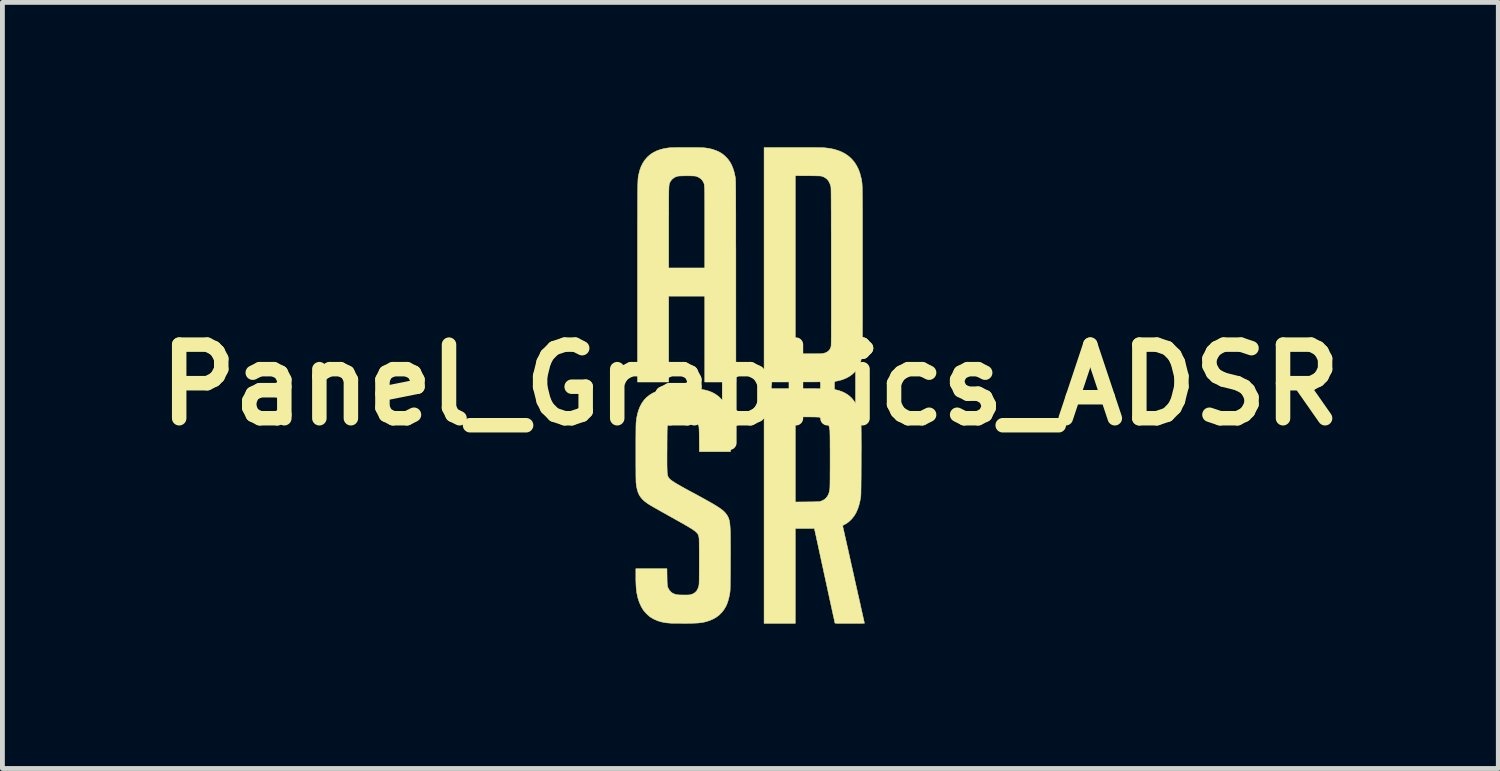
<source format=kicad_pcb>
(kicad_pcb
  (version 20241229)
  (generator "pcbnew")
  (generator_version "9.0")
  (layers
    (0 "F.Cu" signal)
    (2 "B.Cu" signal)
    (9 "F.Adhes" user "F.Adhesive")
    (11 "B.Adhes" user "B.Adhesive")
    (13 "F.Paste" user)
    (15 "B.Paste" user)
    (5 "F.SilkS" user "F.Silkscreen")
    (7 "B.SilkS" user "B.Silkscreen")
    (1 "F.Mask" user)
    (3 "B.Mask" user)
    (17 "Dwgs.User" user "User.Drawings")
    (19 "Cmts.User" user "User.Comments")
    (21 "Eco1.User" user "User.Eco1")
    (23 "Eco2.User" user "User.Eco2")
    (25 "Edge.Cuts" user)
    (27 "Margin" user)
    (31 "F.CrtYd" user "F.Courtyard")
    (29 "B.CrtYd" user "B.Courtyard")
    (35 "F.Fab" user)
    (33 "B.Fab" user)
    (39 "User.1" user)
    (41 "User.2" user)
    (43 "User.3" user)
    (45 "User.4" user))
  (footprint "Panel_Graphics_ADSR"
    (layer "F.Cu")
    (at 12.49 4.922)
    (property "Reference" "Panel_Graphics_ADSR" (at 0 0 0) (layer "F.SilkS") (effects (font (size 1.524 1.524) (thickness 0.3))))
    (attr through_hole)
    (fp_poly (pts (xy -1.237 -4.917) (xy -1.183 -4.917) (xy -1.132 -4.916) (xy -1.085 -4.916) (xy -1.044 -4.915) (xy -1.009 -4.914) (xy -0.982 -4.913) (xy -0.963 -4.912) (xy -0.962 -4.912) (xy -0.87 -4.9) (xy -0.785 -4.88) (xy -0.707 -4.853) (xy -0.636 -4.82) (xy -0.572 -4.779) (xy -0.515 -4.73) (xy -0.464 -4.674) (xy -0.423 -4.618) (xy -0.39 -4.558) (xy -0.362 -4.49) (xy -0.337 -4.413) (xy -0.318 -4.327) (xy -0.311 -4.293) (xy -0.311 -4.288) (xy -0.31 -4.282) (xy -0.309 -4.276) (xy -0.309 -4.268) (xy -0.308 -4.259) (xy -0.308 -4.248) (xy -0.307 -4.235) (xy -0.307 -4.219) (xy -0.306 -4.2) (xy -0.306 -4.179) (xy -0.305 -4.154) (xy -0.305 -4.126) (xy -0.305 -4.093) (xy -0.304 -4.057) (xy -0.304 -4.015) (xy -0.304 -3.97) (xy -0.303 -3.918) (xy -0.303 -3.862) (xy -0.303 -3.8) (xy -0.303 -3.732) (xy -0.303 -3.657) (xy -0.302 -3.576) (xy -0.302 -3.488) (xy -0.302 -3.393) (xy -0.302 -3.291) (xy -0.302 -3.181) (xy -0.302 -3.062) (xy -0.302 -2.935) (xy -0.301 -2.8) (xy -0.301 -2.656) (xy -0.301 -2.502) (xy -0.301 -2.339) (xy -0.301 -2.166) (xy -0.301 -2.15) (xy -0.3 -0.061) (xy -0.945 -0.061) (xy -0.945 -1.839) (xy -1.692 -1.839) (xy -1.692 -0.061) (xy -2.337 -0.061) (xy -2.337 -2.122) (xy -2.337 -2.297) (xy -2.337 -2.423) (xy -1.692 -2.423) (xy -0.945 -2.423) (xy -0.945 -3.263) (xy -0.945 -3.373) (xy -0.945 -3.474) (xy -0.945 -3.566) (xy -0.945 -3.649) (xy -0.945 -3.724) (xy -0.945 -3.791) (xy -0.946 -3.851) (xy -0.946 -3.904) (xy -0.946 -3.95) (xy -0.947 -3.991) (xy -0.948 -4.026) (xy -0.948 -4.056) (xy -0.949 -4.082) (xy -0.951 -4.104) (xy -0.952 -4.122) (xy -0.954 -4.137) (xy -0.955 -4.15) (xy -0.957 -4.16) (xy -0.96 -4.169) (xy -0.962 -4.177) (xy -0.965 -4.184) (xy -0.968 -4.191) (xy -0.972 -4.198) (xy -0.975 -4.204) (xy -0.999 -4.242) (xy -1.031 -4.274) (xy -1.071 -4.3) (xy -1.116 -4.319) (xy -1.133 -4.324) (xy -1.147 -4.326) (xy -1.17 -4.328) (xy -1.2 -4.329) (xy -1.235 -4.33) (xy -1.274 -4.331) (xy -1.314 -4.331) (xy -1.355 -4.331) (xy -1.394 -4.33) (xy -1.43 -4.329) (xy -1.461 -4.328) (xy -1.485 -4.326) (xy -1.502 -4.324) (xy -1.504 -4.324) (xy -1.551 -4.308) (xy -1.592 -4.284) (xy -1.627 -4.254) (xy -1.654 -4.218) (xy -1.661 -4.205) (xy -1.665 -4.197) (xy -1.668 -4.19) (xy -1.671 -4.184) (xy -1.674 -4.176) (xy -1.677 -4.169) (xy -1.679 -4.16) (xy -1.681 -4.149) (xy -1.683 -4.136) (xy -1.685 -4.12) (xy -1.686 -4.102) (xy -1.687 -4.08) (xy -1.688 -4.053) (xy -1.689 -4.023) (xy -1.69 -3.987) (xy -1.69 -3.946) (xy -1.691 -3.898) (xy -1.691 -3.845) (xy -1.691 -3.784) (xy -1.691 -3.716) (xy -1.691 -3.641) (xy -1.692 -3.556) (xy -1.692 -3.464) (xy -1.692 -3.361) (xy -1.692 -3.263) (xy -1.692 -2.423) (xy -2.337 -2.423) (xy -2.337 -2.462) (xy -2.337 -2.617) (xy -2.337 -2.763) (xy -2.337 -2.9) (xy -2.337 -3.028) (xy -2.337 -3.148) (xy -2.337 -3.26) (xy -2.337 -3.364) (xy -2.336 -3.461) (xy -2.336 -3.55) (xy -2.336 -3.633) (xy -2.336 -3.709) (xy -2.336 -3.779) (xy -2.335 -3.844) (xy -2.335 -3.902) (xy -2.335 -3.955) (xy -2.334 -4.003) (xy -2.334 -4.046) (xy -2.333 -4.085) (xy -2.333 -4.12) (xy -2.332 -4.151) (xy -2.331 -4.179) (xy -2.33 -4.203) (xy -2.329 -4.224) (xy -2.328 -4.243) (xy -2.327 -4.259) (xy -2.326 -4.274) (xy -2.325 -4.287) (xy -2.324 -4.298) (xy -2.322 -4.308) (xy -2.321 -4.317) (xy -2.319 -4.326) (xy -2.317 -4.335) (xy -2.316 -4.344) (xy -2.314 -4.353) (xy -2.312 -4.362) (xy -2.29 -4.449) (xy -2.261 -4.528) (xy -2.224 -4.6) (xy -2.181 -4.664) (xy -2.131 -4.721) (xy -2.074 -4.771) (xy -2.009 -4.814) (xy -1.938 -4.849) (xy -1.859 -4.877) (xy -1.774 -4.898) (xy -1.681 -4.911) (xy -1.674 -4.912) (xy -1.657 -4.913) (xy -1.63 -4.914) (xy -1.596 -4.915) (xy -1.555 -4.916) (xy -1.508 -4.916) (xy -1.458 -4.917) (xy -1.404 -4.917) (xy -1.348 -4.917) (xy -1.292 -4.917) (xy -1.237 -4.917)) (stroke (width 0.01) (type solid)) (fill yes) (layer "F.SilkS"))
    (fp_poly (pts (xy 0.972 -4.917) (xy 1.062 -4.917) (xy 1.145 -4.917) (xy 1.222 -4.917) (xy 1.291 -4.916) (xy 1.353 -4.916) (xy 1.406 -4.915) (xy 1.451 -4.915) (xy 1.487 -4.914) (xy 1.514 -4.913) (xy 1.531 -4.912) (xy 1.533 -4.912) (xy 1.635 -4.9) (xy 1.731 -4.881) (xy 1.819 -4.854) (xy 1.9 -4.821) (xy 1.974 -4.78) (xy 2.041 -4.732) (xy 2.1 -4.677) (xy 2.153 -4.615) (xy 2.198 -4.545) (xy 2.237 -4.468) (xy 2.268 -4.384) (xy 2.292 -4.292) (xy 2.299 -4.262) (xy 2.301 -4.252) (xy 2.303 -4.242) (xy 2.304 -4.232) (xy 2.306 -4.222) (xy 2.308 -4.212) (xy 2.309 -4.201) (xy 2.31 -4.189) (xy 2.312 -4.175) (xy 2.313 -4.16) (xy 2.314 -4.142) (xy 2.315 -4.123) (xy 2.316 -4.1) (xy 2.317 -4.075) (xy 2.317 -4.045) (xy 2.318 -4.013) (xy 2.318 -3.976) (xy 2.319 -3.934) (xy 2.319 -3.888) (xy 2.32 -3.837) (xy 2.32 -3.78) (xy 2.32 -3.718) (xy 2.321 -3.649) (xy 2.321 -3.574) (xy 2.321 -3.492) (xy 2.321 -3.403) (xy 2.321 -3.307) (xy 2.321 -3.203) (xy 2.321 -3.091) (xy 2.321 -2.97) (xy 2.321 -2.84) (xy 2.321 -2.701) (xy 2.321 -2.553) (xy 2.321 -2.395) (xy 2.321 -2.385) (xy 2.321 -2.21) (xy 2.321 -2.044) (xy 2.321 -1.888) (xy 2.321 -1.743) (xy 2.321 -1.606) (xy 2.321 -1.48) (xy 2.321 -1.363) (xy 2.321 -1.255) (xy 2.32 -1.156) (xy 2.32 -1.066) (xy 2.32 -0.985) (xy 2.32 -0.913) (xy 2.319 -0.85) (xy 2.319 -0.795) (xy 2.318 -0.748) (xy 2.318 -0.71) (xy 2.318 -0.679) (xy 2.317 -0.657) (xy 2.316 -0.643) (xy 2.316 -0.638) (xy 2.302 -0.552) (xy 2.28 -0.473) (xy 2.25 -0.401) (xy 2.213 -0.336) (xy 2.169 -0.278) (xy 2.117 -0.227) (xy 2.058 -0.182) (xy 1.991 -0.145) (xy 1.924 -0.117) (xy 1.89 -0.105) (xy 1.856 -0.096) (xy 1.82 -0.087) (xy 1.778 -0.078) (xy 1.76 -0.075) (xy 1.752 -0.073) (xy 1.744 -0.072) (xy 1.736 -0.071) (xy 1.726 -0.07) (xy 1.715 -0.069) (xy 1.701 -0.068) (xy 1.685 -0.067) (xy 1.666 -0.067) (xy 1.642 -0.066) (xy 1.615 -0.065) (xy 1.583 -0.065) (xy 1.545 -0.065) (xy 1.501 -0.064) (xy 1.451 -0.064) (xy 1.394 -0.064) (xy 1.33 -0.063) (xy 1.257 -0.063) (xy 1.176 -0.063) (xy 1.086 -0.063) (xy 0.994 -0.062) (xy 0.284 -0.061) (xy 0.284 -0.645) (xy 0.93 -0.645) (xy 1.201 -0.645) (xy 1.263 -0.645) (xy 1.317 -0.645) (xy 1.361 -0.646) (xy 1.398 -0.646) (xy 1.429 -0.647) (xy 1.453 -0.647) (xy 1.473 -0.648) (xy 1.488 -0.65) (xy 1.5 -0.651) (xy 1.509 -0.653) (xy 1.556 -0.666) (xy 1.595 -0.686) (xy 1.626 -0.712) (xy 1.65 -0.744) (xy 1.666 -0.783) (xy 1.671 -0.803) (xy 1.672 -0.808) (xy 1.672 -0.818) (xy 1.673 -0.833) (xy 1.673 -0.854) (xy 1.674 -0.88) (xy 1.674 -0.912) (xy 1.674 -0.95) (xy 1.675 -0.995) (xy 1.675 -1.046) (xy 1.675 -1.104) (xy 1.675 -1.169) (xy 1.675 -1.242) (xy 1.676 -1.322) (xy 1.676 -1.41) (xy 1.676 -1.506) (xy 1.676 -1.61) (xy 1.676 -1.724) (xy 1.676 -1.846) (xy 1.676 -1.977) (xy 1.676 -2.117) (xy 1.675 -2.267) (xy 1.675 -2.427) (xy 1.675 -2.456) (xy 1.675 -2.609) (xy 1.675 -2.752) (xy 1.675 -2.885) (xy 1.675 -3.009) (xy 1.675 -3.124) (xy 1.674 -3.231) (xy 1.674 -3.33) (xy 1.674 -3.421) (xy 1.674 -3.504) (xy 1.674 -3.58) (xy 1.673 -3.65) (xy 1.673 -3.712) (xy 1.673 -3.769) (xy 1.673 -3.82) (xy 1.672 -3.866) (xy 1.672 -3.906) (xy 1.672 -3.942) (xy 1.671 -3.973) (xy 1.671 -4) (xy 1.671 -4.023) (xy 1.67 -4.042) (xy 1.67 -4.059) (xy 1.669 -4.073) (xy 1.669 -4.084) (xy 1.668 -4.093) (xy 1.667 -4.1) (xy 1.666 -4.106) (xy 1.666 -4.111) (xy 1.665 -4.115) (xy 1.664 -4.117) (xy 1.646 -4.171) (xy 1.623 -4.217) (xy 1.594 -4.255) (xy 1.558 -4.285) (xy 1.515 -4.309) (xy 1.483 -4.321) (xy 1.476 -4.323) (xy 1.468 -4.325) (xy 1.458 -4.326) (xy 1.445 -4.328) (xy 1.428 -4.329) (xy 1.407 -4.329) (xy 1.379 -4.33) (xy 1.346 -4.331) (xy 1.305 -4.331) (xy 1.255 -4.332) (xy 1.197 -4.332) (xy 1.193 -4.332) (xy 0.93 -4.334) (xy 0.93 -0.645) (xy 0.284 -0.645) (xy 0.284 -4.917) (xy 0.876 -4.917) (xy 0.972 -4.917)) (stroke (width 0.01) (type solid)) (fill yes) (layer "F.SilkS"))
    (fp_poly (pts (xy 0.918 0.076) (xy 1.021 0.076) (xy 1.114 0.076) (xy 1.198 0.077) (xy 1.273 0.077) (xy 1.341 0.077) (xy 1.401 0.078) (xy 1.454 0.078) (xy 1.501 0.079) (xy 1.543 0.08) (xy 1.579 0.081) (xy 1.611 0.082) (xy 1.638 0.083) (xy 1.663 0.085) (xy 1.684 0.086) (xy 1.703 0.088) (xy 1.72 0.091) (xy 1.736 0.093) (xy 1.751 0.096) (xy 1.753 0.096) (xy 1.833 0.116) (xy 1.908 0.143) (xy 1.976 0.177) (xy 2.037 0.218) (xy 2.09 0.265) (xy 2.122 0.302) (xy 2.165 0.36) (xy 2.2 0.422) (xy 2.23 0.49) (xy 2.254 0.564) (xy 2.272 0.645) (xy 2.286 0.733) (xy 2.291 0.792) (xy 2.292 0.809) (xy 2.293 0.834) (xy 2.293 0.868) (xy 2.294 0.909) (xy 2.294 0.958) (xy 2.295 1.012) (xy 2.295 1.072) (xy 2.295 1.137) (xy 2.296 1.206) (xy 2.296 1.278) (xy 2.296 1.352) (xy 2.295 1.429) (xy 2.295 1.506) (xy 2.295 1.584) (xy 2.295 1.661) (xy 2.294 1.738) (xy 2.294 1.813) (xy 2.294 1.885) (xy 2.293 1.953) (xy 2.292 2.018) (xy 2.292 2.078) (xy 2.291 2.133) (xy 2.29 2.182) (xy 2.29 2.223) (xy 2.289 2.257) (xy 2.288 2.283) (xy 2.287 2.299) (xy 2.287 2.304) (xy 2.271 2.399) (xy 2.25 2.485) (xy 2.225 2.563) (xy 2.195 2.633) (xy 2.159 2.697) (xy 2.117 2.753) (xy 2.092 2.782) (xy 2.055 2.818) (xy 2.02 2.847) (xy 1.982 2.873) (xy 1.953 2.889) (xy 1.932 2.9) (xy 1.92 2.908) (xy 1.913 2.914) (xy 1.912 2.92) (xy 1.912 2.923) (xy 1.914 2.93) (xy 1.917 2.947) (xy 1.923 2.972) (xy 1.93 3.005) (xy 1.94 3.046) (xy 1.95 3.093) (xy 1.962 3.147) (xy 1.976 3.207) (xy 1.99 3.272) (xy 2.006 3.342) (xy 2.023 3.416) (xy 2.04 3.493) (xy 2.058 3.573) (xy 2.076 3.656) (xy 2.095 3.74) (xy 2.114 3.826) (xy 2.134 3.912) (xy 2.153 3.999) (xy 2.172 4.085) (xy 2.191 4.17) (xy 2.21 4.253) (xy 2.228 4.335) (xy 2.246 4.413) (xy 2.263 4.488) (xy 2.279 4.56) (xy 2.293 4.626) (xy 2.307 4.688) (xy 2.32 4.745) (xy 2.331 4.795) (xy 2.341 4.838) (xy 2.349 4.874) (xy 2.355 4.902) (xy 2.359 4.922) (xy 2.362 4.933) (xy 2.362 4.935) (xy 2.357 4.935) (xy 2.343 4.936) (xy 2.32 4.936) (xy 2.29 4.937) (xy 2.254 4.937) (xy 2.211 4.937) (xy 2.164 4.938) (xy 2.112 4.938) (xy 2.058 4.938) (xy 1.994 4.938) (xy 1.94 4.938) (xy 1.895 4.938) (xy 1.858 4.937) (xy 1.827 4.937) (xy 1.804 4.937) (xy 1.785 4.936) (xy 1.772 4.935) (xy 1.762 4.934) (xy 1.756 4.933) (xy 1.753 4.932) (xy 1.751 4.93) (xy 1.751 4.929) (xy 1.749 4.923) (xy 1.746 4.908) (xy 1.741 4.884) (xy 1.734 4.851) (xy 1.725 4.81) (xy 1.714 4.762) (xy 1.702 4.707) (xy 1.689 4.646) (xy 1.674 4.578) (xy 1.658 4.505) (xy 1.641 4.427) (xy 1.623 4.344) (xy 1.604 4.257) (xy 1.585 4.167) (xy 1.564 4.073) (xy 1.544 3.98) (xy 1.523 3.884) (xy 1.503 3.79) (xy 1.483 3.699) (xy 1.464 3.611) (xy 1.446 3.527) (xy 1.429 3.448) (xy 1.413 3.373) (xy 1.398 3.304) (xy 1.384 3.24) (xy 1.371 3.184) (xy 1.361 3.134) (xy 1.351 3.091) (xy 1.344 3.057) (xy 1.338 3.031) (xy 1.334 3.014) (xy 1.333 3.006) (xy 1.325 2.972) (xy 0.93 2.972) (xy 0.93 4.938) (xy 0.284 4.938) (xy 0.284 2.424) (xy 0.93 2.424) (xy 1.175 2.422) (xy 1.232 2.421) (xy 1.281 2.421) (xy 1.321 2.42) (xy 1.354 2.419) (xy 1.38 2.418) (xy 1.401 2.417) (xy 1.417 2.416) (xy 1.43 2.415) (xy 1.44 2.413) (xy 1.449 2.411) (xy 1.45 2.411) (xy 1.499 2.392) (xy 1.541 2.366) (xy 1.566 2.342) (xy 1.594 2.308) (xy 1.616 2.268) (xy 1.632 2.223) (xy 1.642 2.17) (xy 1.646 2.14) (xy 1.647 2.126) (xy 1.647 2.102) (xy 1.648 2.07) (xy 1.649 2.031) (xy 1.649 1.985) (xy 1.65 1.933) (xy 1.65 1.875) (xy 1.65 1.814) (xy 1.651 1.749) (xy 1.651 1.682) (xy 1.651 1.613) (xy 1.651 1.543) (xy 1.651 1.473) (xy 1.651 1.404) (xy 1.651 1.336) (xy 1.65 1.271) (xy 1.65 1.21) (xy 1.65 1.152) (xy 1.649 1.1) (xy 1.649 1.054) (xy 1.648 1.014) (xy 1.647 0.982) (xy 1.647 0.958) (xy 1.646 0.944) (xy 1.646 0.944) (xy 1.636 0.882) (xy 1.621 0.828) (xy 1.598 0.782) (xy 1.569 0.743) (xy 1.533 0.711) (xy 1.491 0.687) (xy 1.45 0.672) (xy 1.442 0.67) (xy 1.432 0.669) (xy 1.42 0.667) (xy 1.404 0.666) (xy 1.384 0.665) (xy 1.359 0.664) (xy 1.327 0.663) (xy 1.288 0.663) (xy 1.241 0.662) (xy 1.185 0.662) (xy 1.175 0.662) (xy 0.93 0.66) (xy 0.93 2.424) (xy 0.284 2.424) (xy 0.284 0.076) (xy 0.918 0.076)) (stroke (width 0.01) (type solid)) (fill yes) (layer "F.SilkS"))
    (fp_poly (pts (xy -1.35 0.077) (xy -1.296 0.077) (xy -1.245 0.077) (xy -1.199 0.078) (xy -1.158 0.079) (xy -1.126 0.081) (xy -1.113 0.081) (xy -1.023 0.09) (xy -0.941 0.105) (xy -0.867 0.125) (xy -0.799 0.151) (xy -0.737 0.184) (xy -0.679 0.223) (xy -0.643 0.253) (xy -0.592 0.305) (xy -0.548 0.363) (xy -0.51 0.429) (xy -0.478 0.502) (xy -0.453 0.583) (xy -0.45 0.593) (xy -0.442 0.624) (xy -0.436 0.655) (xy -0.43 0.688) (xy -0.426 0.722) (xy -0.422 0.759) (xy -0.419 0.8) (xy -0.416 0.846) (xy -0.414 0.898) (xy -0.413 0.957) (xy -0.412 1.023) (xy -0.412 1.098) (xy -0.412 1.149) (xy -0.411 1.382) (xy -1.056 1.382) (xy -1.058 1.134) (xy -1.059 1.075) (xy -1.059 1.026) (xy -1.06 0.985) (xy -1.061 0.951) (xy -1.062 0.924) (xy -1.063 0.902) (xy -1.064 0.885) (xy -1.065 0.871) (xy -1.067 0.861) (xy -1.069 0.854) (xy -1.086 0.805) (xy -1.109 0.763) (xy -1.139 0.729) (xy -1.176 0.702) (xy -1.221 0.681) (xy -1.25 0.672) (xy -1.268 0.669) (xy -1.294 0.666) (xy -1.326 0.665) (xy -1.362 0.663) (xy -1.4 0.663) (xy -1.437 0.663) (xy -1.472 0.664) (xy -1.502 0.666) (xy -1.525 0.669) (xy -1.532 0.67) (xy -1.58 0.685) (xy -1.622 0.707) (xy -1.656 0.737) (xy -1.685 0.774) (xy -1.706 0.819) (xy -1.715 0.846) (xy -1.717 0.852) (xy -1.718 0.859) (xy -1.72 0.868) (xy -1.721 0.879) (xy -1.722 0.893) (xy -1.722 0.911) (xy -1.723 0.934) (xy -1.724 0.961) (xy -1.724 0.995) (xy -1.725 1.034) (xy -1.725 1.081) (xy -1.725 1.135) (xy -1.726 1.198) (xy -1.726 1.27) (xy -1.726 1.326) (xy -1.727 1.411) (xy -1.727 1.486) (xy -1.727 1.552) (xy -1.727 1.61) (xy -1.727 1.66) (xy -1.726 1.704) (xy -1.725 1.741) (xy -1.724 1.773) (xy -1.723 1.799) (xy -1.722 1.822) (xy -1.72 1.84) (xy -1.717 1.856) (xy -1.715 1.869) (xy -1.712 1.88) (xy -1.708 1.89) (xy -1.704 1.899) (xy -1.702 1.905) (xy -1.694 1.917) (xy -1.685 1.931) (xy -1.672 1.945) (xy -1.656 1.959) (xy -1.636 1.976) (xy -1.611 1.993) (xy -1.581 2.013) (xy -1.545 2.036) (xy -1.504 2.06) (xy -1.455 2.088) (xy -1.4 2.119) (xy -1.337 2.154) (xy -1.266 2.193) (xy -1.201 2.228) (xy -1.111 2.276) (xy -1.029 2.321) (xy -0.956 2.361) (xy -0.89 2.398) (xy -0.831 2.431) (xy -0.778 2.461) (xy -0.732 2.489) (xy -0.691 2.514) (xy -0.656 2.537) (xy -0.625 2.558) (xy -0.598 2.578) (xy -0.574 2.596) (xy -0.554 2.614) (xy -0.537 2.631) (xy -0.521 2.648) (xy -0.507 2.665) (xy -0.506 2.666) (xy -0.486 2.694) (xy -0.469 2.722) (xy -0.455 2.75) (xy -0.444 2.781) (xy -0.435 2.815) (xy -0.428 2.854) (xy -0.423 2.9) (xy -0.419 2.953) (xy -0.416 3.005) (xy -0.415 3.029) (xy -0.414 3.061) (xy -0.414 3.101) (xy -0.413 3.147) (xy -0.413 3.2) (xy -0.413 3.258) (xy -0.412 3.32) (xy -0.412 3.386) (xy -0.412 3.454) (xy -0.412 3.525) (xy -0.413 3.597) (xy -0.413 3.669) (xy -0.413 3.741) (xy -0.413 3.811) (xy -0.414 3.88) (xy -0.414 3.945) (xy -0.415 4.008) (xy -0.416 4.065) (xy -0.416 4.118) (xy -0.417 4.165) (xy -0.418 4.204) (xy -0.419 4.237) (xy -0.42 4.261) (xy -0.421 4.275) (xy -0.421 4.277) (xy -0.431 4.342) (xy -0.445 4.406) (xy -0.461 4.466) (xy -0.479 4.52) (xy -0.498 4.567) (xy -0.504 4.579) (xy -0.544 4.648) (xy -0.591 4.709) (xy -0.645 4.763) (xy -0.706 4.81) (xy -0.775 4.849) (xy -0.85 4.881) (xy -0.932 4.906) (xy -0.997 4.92) (xy -1.028 4.924) (xy -1.063 4.928) (xy -1.103 4.931) (xy -1.149 4.933) (xy -1.202 4.935) (xy -1.262 4.936) (xy -1.33 4.937) (xy -1.407 4.937) (xy -1.453 4.936) (xy -1.498 4.936) (xy -1.539 4.936) (xy -1.576 4.935) (xy -1.607 4.935) (xy -1.631 4.935) (xy -1.646 4.934) (xy -1.648 4.934) (xy -1.743 4.926) (xy -1.831 4.91) (xy -1.914 4.886) (xy -1.991 4.854) (xy -2.061 4.814) (xy -2.064 4.812) (xy -2.092 4.792) (xy -2.122 4.765) (xy -2.154 4.735) (xy -2.183 4.703) (xy -2.209 4.672) (xy -2.224 4.651) (xy -2.265 4.58) (xy -2.299 4.504) (xy -2.326 4.423) (xy -2.334 4.392) (xy -2.344 4.346) (xy -2.353 4.302) (xy -2.359 4.256) (xy -2.364 4.208) (xy -2.368 4.157) (xy -2.37 4.099) (xy -2.372 4.035) (xy -2.372 3.962) (xy -2.372 3.961) (xy -2.372 3.805) (xy -1.728 3.805) (xy -1.726 3.974) (xy -1.725 4.024) (xy -1.724 4.064) (xy -1.723 4.098) (xy -1.721 4.125) (xy -1.719 4.147) (xy -1.716 4.165) (xy -1.713 4.18) (xy -1.708 4.195) (xy -1.701 4.209) (xy -1.694 4.224) (xy -1.676 4.253) (xy -1.652 4.28) (xy -1.624 4.304) (xy -1.607 4.314) (xy -1.585 4.325) (xy -1.563 4.333) (xy -1.54 4.34) (xy -1.514 4.344) (xy -1.482 4.348) (xy -1.444 4.349) (xy -1.398 4.35) (xy -1.384 4.35) (xy -1.339 4.35) (xy -1.303 4.35) (xy -1.275 4.348) (xy -1.254 4.347) (xy -1.24 4.344) (xy -1.193 4.328) (xy -1.154 4.305) (xy -1.121 4.276) (xy -1.096 4.238) (xy -1.077 4.193) (xy -1.068 4.161) (xy -1.066 4.154) (xy -1.065 4.145) (xy -1.064 4.135) (xy -1.063 4.123) (xy -1.062 4.107) (xy -1.061 4.088) (xy -1.061 4.064) (xy -1.06 4.036) (xy -1.06 4.002) (xy -1.06 3.961) (xy -1.059 3.914) (xy -1.059 3.859) (xy -1.059 3.796) (xy -1.059 3.723) (xy -1.059 3.65) (xy -1.059 3.569) (xy -1.059 3.498) (xy -1.059 3.436) (xy -1.059 3.382) (xy -1.06 3.336) (xy -1.06 3.296) (xy -1.06 3.263) (xy -1.061 3.235) (xy -1.061 3.213) (xy -1.062 3.194) (xy -1.063 3.18) (xy -1.064 3.168) (xy -1.065 3.158) (xy -1.066 3.151) (xy -1.068 3.144) (xy -1.068 3.143) (xy -1.076 3.115) (xy -1.085 3.093) (xy -1.097 3.074) (xy -1.113 3.056) (xy -1.135 3.037) (xy -1.161 3.017) (xy -1.175 3.006) (xy -1.191 2.995) (xy -1.208 2.984) (xy -1.227 2.971) (xy -1.25 2.958) (xy -1.276 2.942) (xy -1.306 2.924) (xy -1.342 2.904) (xy -1.382 2.88) (xy -1.429 2.854) (xy -1.483 2.823) (xy -1.545 2.789) (xy -1.614 2.75) (xy -1.626 2.743) (xy -1.7 2.702) (xy -1.765 2.665) (xy -1.823 2.633) (xy -1.874 2.604) (xy -1.919 2.579) (xy -1.957 2.557) (xy -1.991 2.538) (xy -2.019 2.522) (xy -2.044 2.507) (xy -2.065 2.495) (xy -2.083 2.484) (xy -2.099 2.474) (xy -2.113 2.465) (xy -2.126 2.456) (xy -2.138 2.448) (xy -2.15 2.44) (xy -2.199 2.402) (xy -2.241 2.362) (xy -2.276 2.319) (xy -2.305 2.272) (xy -2.328 2.22) (xy -2.345 2.161) (xy -2.359 2.095) (xy -2.367 2.028) (xy -2.368 2.014) (xy -2.369 1.991) (xy -2.369 1.959) (xy -2.37 1.92) (xy -2.371 1.874) (xy -2.371 1.822) (xy -2.371 1.765) (xy -2.372 1.703) (xy -2.372 1.638) (xy -2.372 1.569) (xy -2.372 1.5) (xy -2.372 1.428) (xy -2.372 1.357) (xy -2.372 1.286) (xy -2.372 1.217) (xy -2.372 1.15) (xy -2.372 1.085) (xy -2.371 1.025) (xy -2.371 0.969) (xy -2.37 0.919) (xy -2.37 0.875) (xy -2.369 0.838) (xy -2.368 0.81) (xy -2.368 0.79) (xy -2.367 0.782) (xy -2.355 0.684) (xy -2.336 0.594) (xy -2.311 0.511) (xy -2.28 0.437) (xy -2.242 0.369) (xy -2.198 0.309) (xy -2.147 0.256) (xy -2.089 0.21) (xy -2.024 0.17) (xy -2.014 0.165) (xy -1.951 0.137) (xy -1.885 0.115) (xy -1.813 0.098) (xy -1.735 0.087) (xy -1.673 0.081) (xy -1.643 0.08) (xy -1.606 0.079) (xy -1.562 0.078) (xy -1.512 0.077) (xy -1.459 0.077) (xy -1.405 0.076) (xy -1.35 0.077)) (stroke (width 0.01) (type solid)) (fill yes) (layer "F.SilkS")))
  (gr_rect
    (start -3 -3)
    (end 27.979 12.865)
    (stroke (width 0.1) (type default))
    (fill no)
    (layer "Edge.Cuts")))
</source>
